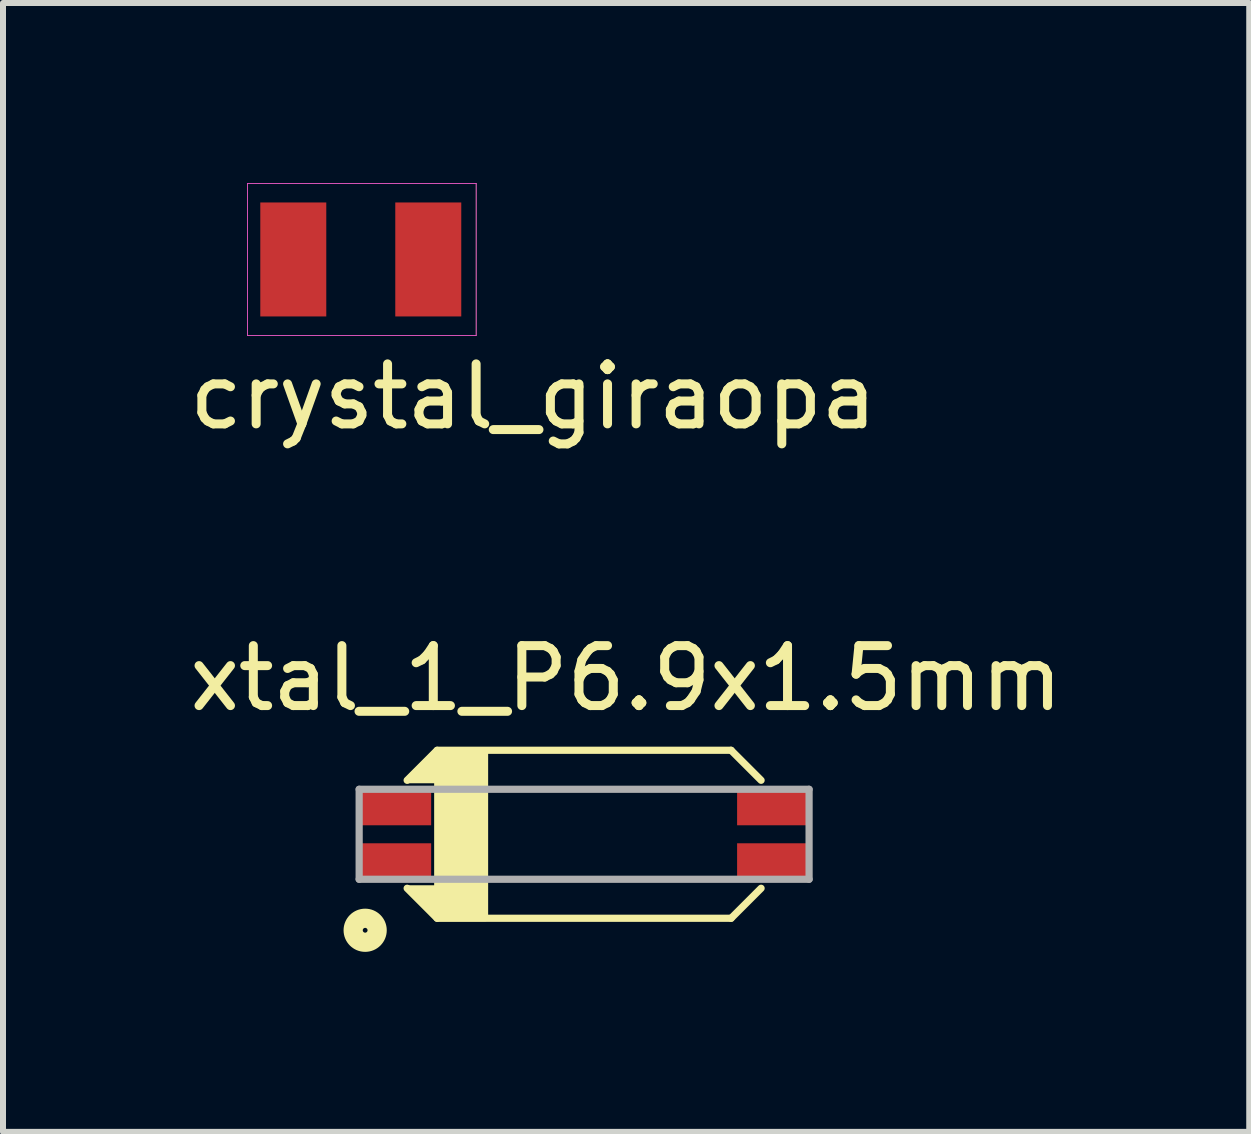
<source format=kicad_pcb>
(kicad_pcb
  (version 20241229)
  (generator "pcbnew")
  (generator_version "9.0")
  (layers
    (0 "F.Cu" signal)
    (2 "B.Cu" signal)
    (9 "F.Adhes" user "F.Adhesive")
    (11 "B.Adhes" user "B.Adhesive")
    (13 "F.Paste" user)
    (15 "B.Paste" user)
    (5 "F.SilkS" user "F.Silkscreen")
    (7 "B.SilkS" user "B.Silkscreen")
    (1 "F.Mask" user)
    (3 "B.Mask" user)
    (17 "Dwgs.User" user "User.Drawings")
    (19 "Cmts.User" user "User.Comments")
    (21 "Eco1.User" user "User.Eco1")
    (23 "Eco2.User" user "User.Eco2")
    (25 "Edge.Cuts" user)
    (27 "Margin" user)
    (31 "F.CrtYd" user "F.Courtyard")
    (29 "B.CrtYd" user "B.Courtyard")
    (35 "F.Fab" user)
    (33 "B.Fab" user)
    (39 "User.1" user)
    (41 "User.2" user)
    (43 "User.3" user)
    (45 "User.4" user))
  (footprint "xtal_1_P6.9x1.5mm"
    (layer "F.Cu")
    (at 3.537 10.857)
    (property "Reference" "xtal_1_P6.9x1.5mm" (at 3.85 -2.6 0) (layer "F.SilkS") (effects (font (size 1 1) (thickness 0.15))))
    (attr through_hole)
    (fp_line (start 0.2 -0.9) (end 0.7 -1.4) (stroke (width 0.12) (type solid)) (layer "F.SilkS"))
    (fp_line (start 0.2 0.9) (end 0.7 1.4) (stroke (width 0.12) (type solid)) (layer "F.SilkS"))
    (fp_line (start 0.7 -1.4) (end 5.6 -1.4) (stroke (width 0.12) (type solid)) (layer "F.SilkS"))
    (fp_line (start 5.6 1.4) (end 0.7 1.4) (stroke (width 0.12) (type solid)) (layer "F.SilkS"))
    (fp_line (start 6.1 -0.9) (end 5.6 -1.4) (stroke (width 0.12) (type solid)) (layer "F.SilkS"))
    (fp_line (start 6.1 0.9) (end 5.6 1.4) (stroke (width 0.12) (type solid)) (layer "F.SilkS"))
    (fp_circle (center -0.5 1.6) (end -0.5 1.3) (stroke (width 0.12) (type solid)) (fill no) (layer "F.SilkS"))
    (fp_circle (center -0.5 1.6) (end -0.5 1.4) (stroke (width 0.12) (type solid)) (fill no) (layer "F.SilkS"))
    (fp_circle (center -0.5 1.6) (end -0.5 1.5) (stroke (width 0.12) (type solid)) (fill no) (layer "F.SilkS"))
    (fp_poly (pts (xy 1.5 1.4) (xy 0.7 1.4) (xy 0.2 0.9) (xy 0.7 0.9) (xy 0.7 -0.9) (xy 0.2 -0.9) (xy 0.7 -1.4) (xy 1.5 -1.4)) (stroke (width 0.1) (type solid)) (fill yes) (layer "F.SilkS"))
    (fp_line (start -0.6 -0.75) (end 6.9 -0.75) (stroke (width 0.12) (type solid)) (layer "F.Fab"))
    (fp_line (start -0.6 0.75) (end -0.6 -0.75) (stroke (width 0.12) (type solid)) (layer "F.Fab"))
    (fp_line (start 6.9 -0.75) (end 6.9 0.75) (stroke (width 0.12) (type solid)) (layer "F.Fab"))
    (fp_line (start 6.9 0.75) (end -0.6 0.75) (stroke (width 0.12) (type solid)) (layer "F.Fab"))
    (pad "1" smd rect (at 0 0.45) (size 1.2 0.6) (layers "F.Cu" "F.Mask" "F.Paste"))
    (pad "2" smd rect (at 6.3 0.45) (size 1.2 0.6) (layers "F.Cu" "F.Mask" "F.Paste"))
    (pad "3" smd rect (at 6.3 -0.45) (size 1.2 0.6) (layers "F.Cu" "F.Mask" "F.Paste"))
    (pad "4" smd rect (at 0 -0.45) (size 1.2 0.6) (layers "F.Cu" "F.Mask" "F.Paste")))
  (footprint "crystal_giraopa"
    (layer "F.Cu")
    (at 1.839 1.275)
    (property "Reference" "crystal_giraopa" (at 4 2.286 0) (layer "F.SilkS") (effects (font (size 1 1) (thickness 0.15))))
    (attr through_hole)
    (fp_line (start -0.762 -1.27) (end -0.762 1.27) (stroke (width 0.01) (type solid)) (layer "F.SilkS"))
    (fp_line (start -0.762 1.27) (end 3.048 1.27) (stroke (width 0.01) (type solid)) (layer "F.SilkS"))
    (fp_line (start 3.048 -1.27) (end -0.762 -1.27) (stroke (width 0.01) (type solid)) (layer "F.SilkS"))
    (fp_line (start 3.048 1.27) (end 3.048 -1.27) (stroke (width 0.01) (type solid)) (layer "F.SilkS"))
    (fp_line (start -0.762 -1.27) (end 3.048 -1.27) (stroke (width 0.01) (type solid)) (layer "F.CrtYd"))
    (fp_line (start -0.762 1.27) (end -0.762 -1.27) (stroke (width 0.01) (type solid)) (layer "F.CrtYd"))
    (fp_line (start 3.048 -1.27) (end 3.048 1.27) (stroke (width 0.01) (type solid)) (layer "F.CrtYd"))
    (fp_line (start 3.048 1.27) (end -0.762 1.27) (stroke (width 0.01) (type solid)) (layer "F.CrtYd"))
    (pad "1" smd trapezoid (at 0 0) (size 1.1 1.9) (layers "F.Cu" "F.Mask" "F.Paste"))
    (pad "2" smd trapezoid (at 2.25 0) (size 1.1 1.9) (layers "F.Cu" "F.Mask" "F.Paste")))
  (gr_rect
    (start -3 -3)
    (end 17.774 15.818)
    (stroke (width 0.1) (type default))
    (fill no)
    (layer "Edge.Cuts")))
</source>
